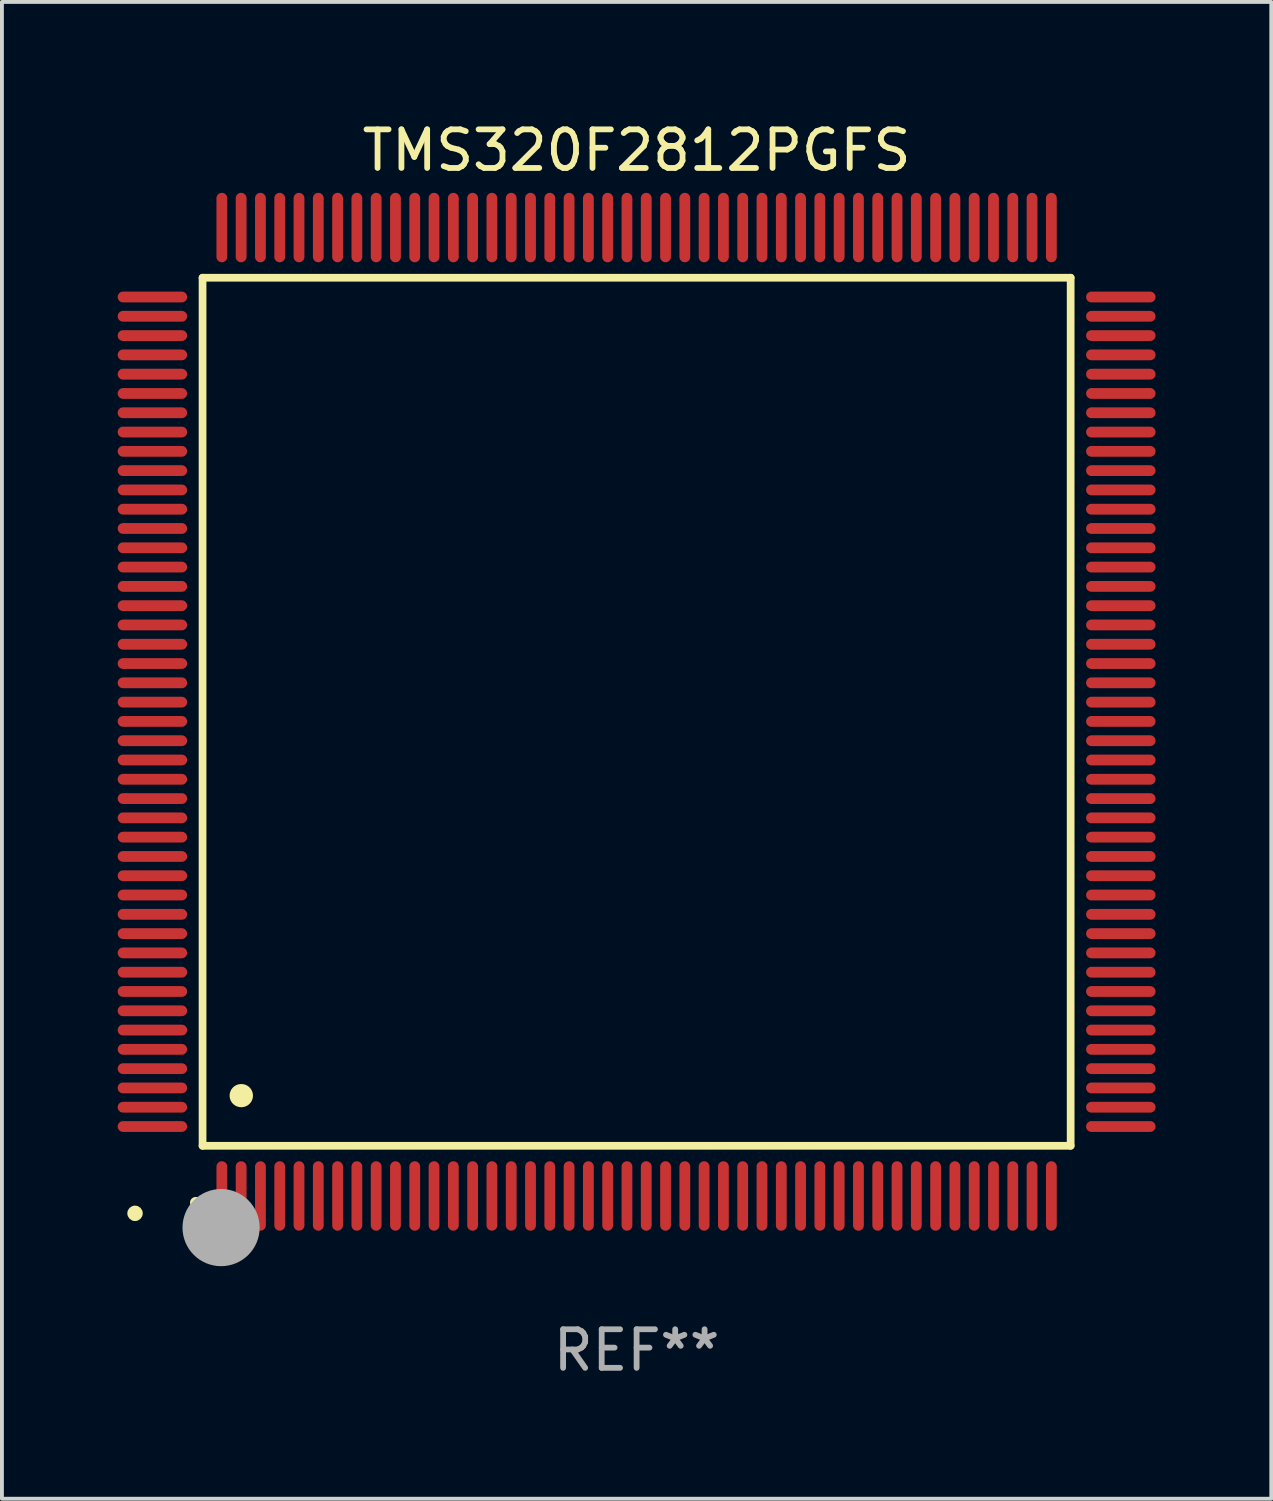
<source format=kicad_pcb>
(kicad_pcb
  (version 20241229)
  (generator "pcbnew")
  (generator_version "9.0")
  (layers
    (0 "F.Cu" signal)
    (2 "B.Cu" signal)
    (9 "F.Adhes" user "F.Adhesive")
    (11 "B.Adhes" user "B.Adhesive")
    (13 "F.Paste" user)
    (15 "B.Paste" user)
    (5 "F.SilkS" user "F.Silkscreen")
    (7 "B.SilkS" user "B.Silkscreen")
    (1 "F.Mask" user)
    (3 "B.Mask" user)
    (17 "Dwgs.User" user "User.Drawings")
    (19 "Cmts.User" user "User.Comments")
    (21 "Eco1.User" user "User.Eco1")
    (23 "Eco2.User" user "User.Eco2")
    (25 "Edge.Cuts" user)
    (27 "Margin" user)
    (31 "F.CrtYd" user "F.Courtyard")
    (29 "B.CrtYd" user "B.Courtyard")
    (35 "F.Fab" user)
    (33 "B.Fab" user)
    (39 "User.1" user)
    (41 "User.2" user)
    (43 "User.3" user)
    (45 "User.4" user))
  (footprint "TMS320F2812PGFS"
    (layer "F.Cu")
    (at 13.45 15.398)
    (property "Reference" "TMS320F2812PGFS" (at 0 -14.55 0) (layer "F.SilkS") (effects (font (size 1 1) (thickness 0.15))))
    (attr through_hole)
    (fp_line (start -11.25 -11.25) (end 11.25 -11.25) (stroke (width 0.2) (type solid)) (layer "F.SilkS"))
    (fp_line (start -11.25 11.25) (end -11.25 -11.25) (stroke (width 0.2) (type solid)) (layer "F.SilkS"))
    (fp_line (start 11.25 -11.25) (end 11.25 11.25) (stroke (width 0.2) (type solid)) (layer "F.SilkS"))
    (fp_line (start 11.25 11.25) (end -11.25 11.25) (stroke (width 0.2) (type solid)) (layer "F.SilkS"))
    (fp_arc (start -11.424943 12.725425) (mid -11.423673 12.72542) (end -11.422403 12.725425) (stroke (width 0.3) (type solid)) (layer "F.SilkS"))
    (fp_arc (start -10.24892 9.9492) (mid -10.24638 9.949189) (end -10.24384 9.9492) (stroke (width 0.6) (type solid)) (layer "F.SilkS"))
    (fp_circle (center -13 13) (end -12.9 13) (stroke (width 0.2) (type solid)) (fill no) (layer "F.SilkS"))
    (fp_circle (center -10.77 13.37) (end -10.27 13.37) (stroke (width 1) (type solid)) (fill no) (layer "F.Fab"))
    (fp_text user "REF**" (at 0 16.55 0) (layer "F.Fab") (effects (font (size 1 1) (thickness 0.15))))
    (pad "1" smd oval (at -10.75 12.55) (size 0.28 1.8) (layers "F.Cu" "F.Mask" "F.Paste"))
    (pad "2" smd oval (at -10.25 12.55) (size 0.28 1.8) (layers "F.Cu" "F.Mask" "F.Paste"))
    (pad "3" smd oval (at -9.75 12.55) (size 0.28 1.8) (layers "F.Cu" "F.Mask" "F.Paste"))
    (pad "4" smd oval (at -9.25 12.55) (size 0.28 1.8) (layers "F.Cu" "F.Mask" "F.Paste"))
    (pad "5" smd oval (at -8.75 12.55) (size 0.28 1.8) (layers "F.Cu" "F.Mask" "F.Paste"))
    (pad "6" smd oval (at -8.25 12.55) (size 0.28 1.8) (layers "F.Cu" "F.Mask" "F.Paste"))
    (pad "7" smd oval (at -7.75 12.55) (size 0.28 1.8) (layers "F.Cu" "F.Mask" "F.Paste"))
    (pad "8" smd oval (at -7.25 12.55) (size 0.28 1.8) (layers "F.Cu" "F.Mask" "F.Paste"))
    (pad "9" smd oval (at -6.75 12.55) (size 0.28 1.8) (layers "F.Cu" "F.Mask" "F.Paste"))
    (pad "10" smd oval (at -6.25 12.55) (size 0.28 1.8) (layers "F.Cu" "F.Mask" "F.Paste"))
    (pad "11" smd oval (at -5.75 12.55) (size 0.28 1.8) (layers "F.Cu" "F.Mask" "F.Paste"))
    (pad "12" smd oval (at -5.25 12.55) (size 0.28 1.8) (layers "F.Cu" "F.Mask" "F.Paste"))
    (pad "13" smd oval (at -4.75 12.55) (size 0.28 1.8) (layers "F.Cu" "F.Mask" "F.Paste"))
    (pad "14" smd oval (at -4.25 12.55) (size 0.28 1.8) (layers "F.Cu" "F.Mask" "F.Paste"))
    (pad "15" smd oval (at -3.75 12.55) (size 0.28 1.8) (layers "F.Cu" "F.Mask" "F.Paste"))
    (pad "16" smd oval (at -3.25 12.55) (size 0.28 1.8) (layers "F.Cu" "F.Mask" "F.Paste"))
    (pad "17" smd oval (at -2.75 12.55) (size 0.28 1.8) (layers "F.Cu" "F.Mask" "F.Paste"))
    (pad "18" smd oval (at -2.25 12.55) (size 0.28 1.8) (layers "F.Cu" "F.Mask" "F.Paste"))
    (pad "19" smd oval (at -1.75 12.55) (size 0.28 1.8) (layers "F.Cu" "F.Mask" "F.Paste"))
    (pad "20" smd oval (at -1.25 12.55) (size 0.28 1.8) (layers "F.Cu" "F.Mask" "F.Paste"))
    (pad "21" smd oval (at -0.75 12.55) (size 0.28 1.8) (layers "F.Cu" "F.Mask" "F.Paste"))
    (pad "22" smd oval (at -0.25 12.55) (size 0.28 1.8) (layers "F.Cu" "F.Mask" "F.Paste"))
    (pad "23" smd oval (at 0.25 12.55) (size 0.28 1.8) (layers "F.Cu" "F.Mask" "F.Paste"))
    (pad "24" smd oval (at 0.75 12.55) (size 0.28 1.8) (layers "F.Cu" "F.Mask" "F.Paste"))
    (pad "25" smd oval (at 1.25 12.55) (size 0.28 1.8) (layers "F.Cu" "F.Mask" "F.Paste"))
    (pad "26" smd oval (at 1.75 12.55) (size 0.28 1.8) (layers "F.Cu" "F.Mask" "F.Paste"))
    (pad "27" smd oval (at 2.25 12.55) (size 0.28 1.8) (layers "F.Cu" "F.Mask" "F.Paste"))
    (pad "28" smd oval (at 2.75 12.55) (size 0.28 1.8) (layers "F.Cu" "F.Mask" "F.Paste"))
    (pad "29" smd oval (at 3.25 12.55) (size 0.28 1.8) (layers "F.Cu" "F.Mask" "F.Paste"))
    (pad "30" smd oval (at 3.75 12.55) (size 0.28 1.8) (layers "F.Cu" "F.Mask" "F.Paste"))
    (pad "31" smd oval (at 4.25 12.55) (size 0.28 1.8) (layers "F.Cu" "F.Mask" "F.Paste"))
    (pad "32" smd oval (at 4.75 12.55) (size 0.28 1.8) (layers "F.Cu" "F.Mask" "F.Paste"))
    (pad "33" smd oval (at 5.25 12.55) (size 0.28 1.8) (layers "F.Cu" "F.Mask" "F.Paste"))
    (pad "34" smd oval (at 5.75 12.55) (size 0.28 1.8) (layers "F.Cu" "F.Mask" "F.Paste"))
    (pad "35" smd oval (at 6.25 12.55) (size 0.28 1.8) (layers "F.Cu" "F.Mask" "F.Paste"))
    (pad "36" smd oval (at 6.75 12.55) (size 0.28 1.8) (layers "F.Cu" "F.Mask" "F.Paste"))
    (pad "37" smd oval (at 7.25 12.55) (size 0.28 1.8) (layers "F.Cu" "F.Mask" "F.Paste"))
    (pad "38" smd oval (at 7.75 12.55) (size 0.28 1.8) (layers "F.Cu" "F.Mask" "F.Paste"))
    (pad "39" smd oval (at 8.25 12.55) (size 0.28 1.8) (layers "F.Cu" "F.Mask" "F.Paste"))
    (pad "40" smd oval (at 8.75 12.55) (size 0.28 1.8) (layers "F.Cu" "F.Mask" "F.Paste"))
    (pad "41" smd oval (at 9.25 12.55) (size 0.28 1.8) (layers "F.Cu" "F.Mask" "F.Paste"))
    (pad "42" smd oval (at 9.75 12.55) (size 0.28 1.8) (layers "F.Cu" "F.Mask" "F.Paste"))
    (pad "43" smd oval (at 10.25 12.55) (size 0.28 1.8) (layers "F.Cu" "F.Mask" "F.Paste"))
    (pad "44" smd oval (at 10.75 12.55) (size 0.28 1.8) (layers "F.Cu" "F.Mask" "F.Paste"))
    (pad "45" smd oval (at 12.55 10.75) (size 1.8 0.28) (layers "F.Cu" "F.Mask" "F.Paste"))
    (pad "46" smd oval (at 12.55 10.25) (size 1.8 0.28) (layers "F.Cu" "F.Mask" "F.Paste"))
    (pad "47" smd oval (at 12.55 9.75) (size 1.8 0.28) (layers "F.Cu" "F.Mask" "F.Paste"))
    (pad "48" smd oval (at 12.55 9.25) (size 1.8 0.28) (layers "F.Cu" "F.Mask" "F.Paste"))
    (pad "49" smd oval (at 12.55 8.75) (size 1.8 0.28) (layers "F.Cu" "F.Mask" "F.Paste"))
    (pad "50" smd oval (at 12.55 8.25) (size 1.8 0.28) (layers "F.Cu" "F.Mask" "F.Paste"))
    (pad "51" smd oval (at 12.55 7.75) (size 1.8 0.28) (layers "F.Cu" "F.Mask" "F.Paste"))
    (pad "52" smd oval (at 12.55 7.25) (size 1.8 0.28) (layers "F.Cu" "F.Mask" "F.Paste"))
    (pad "53" smd oval (at 12.55 6.75) (size 1.8 0.28) (layers "F.Cu" "F.Mask" "F.Paste"))
    (pad "54" smd oval (at 12.55 6.25) (size 1.8 0.28) (layers "F.Cu" "F.Mask" "F.Paste"))
    (pad "55" smd oval (at 12.55 5.75) (size 1.8 0.28) (layers "F.Cu" "F.Mask" "F.Paste"))
    (pad "56" smd oval (at 12.55 5.25) (size 1.8 0.28) (layers "F.Cu" "F.Mask" "F.Paste"))
    (pad "57" smd oval (at 12.55 4.75) (size 1.8 0.28) (layers "F.Cu" "F.Mask" "F.Paste"))
    (pad "58" smd oval (at 12.55 4.25) (size 1.8 0.28) (layers "F.Cu" "F.Mask" "F.Paste"))
    (pad "59" smd oval (at 12.55 3.75) (size 1.8 0.28) (layers "F.Cu" "F.Mask" "F.Paste"))
    (pad "60" smd oval (at 12.55 3.25) (size 1.8 0.28) (layers "F.Cu" "F.Mask" "F.Paste"))
    (pad "61" smd oval (at 12.55 2.75) (size 1.8 0.28) (layers "F.Cu" "F.Mask" "F.Paste"))
    (pad "62" smd oval (at 12.55 2.25) (size 1.8 0.28) (layers "F.Cu" "F.Mask" "F.Paste"))
    (pad "63" smd oval (at 12.55 1.75) (size 1.8 0.28) (layers "F.Cu" "F.Mask" "F.Paste"))
    (pad "64" smd oval (at 12.55 1.25) (size 1.8 0.28) (layers "F.Cu" "F.Mask" "F.Paste"))
    (pad "65" smd oval (at 12.55 0.75) (size 1.8 0.28) (layers "F.Cu" "F.Mask" "F.Paste"))
    (pad "66" smd oval (at 12.55 0.25) (size 1.8 0.28) (layers "F.Cu" "F.Mask" "F.Paste"))
    (pad "67" smd oval (at 12.55 -0.25) (size 1.8 0.28) (layers "F.Cu" "F.Mask" "F.Paste"))
    (pad "68" smd oval (at 12.55 -0.75) (size 1.8 0.28) (layers "F.Cu" "F.Mask" "F.Paste"))
    (pad "69" smd oval (at 12.55 -1.25) (size 1.8 0.28) (layers "F.Cu" "F.Mask" "F.Paste"))
    (pad "70" smd oval (at 12.55 -1.75) (size 1.8 0.28) (layers "F.Cu" "F.Mask" "F.Paste"))
    (pad "71" smd oval (at 12.55 -2.25) (size 1.8 0.28) (layers "F.Cu" "F.Mask" "F.Paste"))
    (pad "72" smd oval (at 12.55 -2.75) (size 1.8 0.28) (layers "F.Cu" "F.Mask" "F.Paste"))
    (pad "73" smd oval (at 12.55 -3.25) (size 1.8 0.28) (layers "F.Cu" "F.Mask" "F.Paste"))
    (pad "74" smd oval (at 12.55 -3.75) (size 1.8 0.28) (layers "F.Cu" "F.Mask" "F.Paste"))
    (pad "75" smd oval (at 12.55 -4.25) (size 1.8 0.28) (layers "F.Cu" "F.Mask" "F.Paste"))
    (pad "76" smd oval (at 12.55 -4.75) (size 1.8 0.28) (layers "F.Cu" "F.Mask" "F.Paste"))
    (pad "77" smd oval (at 12.55 -5.25) (size 1.8 0.28) (layers "F.Cu" "F.Mask" "F.Paste"))
    (pad "78" smd oval (at 12.55 -5.75) (size 1.8 0.28) (layers "F.Cu" "F.Mask" "F.Paste"))
    (pad "79" smd oval (at 12.55 -6.25) (size 1.8 0.28) (layers "F.Cu" "F.Mask" "F.Paste"))
    (pad "80" smd oval (at 12.55 -6.75) (size 1.8 0.28) (layers "F.Cu" "F.Mask" "F.Paste"))
    (pad "81" smd oval (at 12.55 -7.25) (size 1.8 0.28) (layers "F.Cu" "F.Mask" "F.Paste"))
    (pad "82" smd oval (at 12.55 -7.75) (size 1.8 0.28) (layers "F.Cu" "F.Mask" "F.Paste"))
    (pad "83" smd oval (at 12.55 -8.25) (size 1.8 0.28) (layers "F.Cu" "F.Mask" "F.Paste"))
    (pad "84" smd oval (at 12.55 -8.75) (size 1.8 0.28) (layers "F.Cu" "F.Mask" "F.Paste"))
    (pad "85" smd oval (at 12.55 -9.25) (size 1.8 0.28) (layers "F.Cu" "F.Mask" "F.Paste"))
    (pad "86" smd oval (at 12.55 -9.75) (size 1.8 0.28) (layers "F.Cu" "F.Mask" "F.Paste"))
    (pad "87" smd oval (at 12.55 -10.25) (size 1.8 0.28) (layers "F.Cu" "F.Mask" "F.Paste"))
    (pad "88" smd oval (at 12.55 -10.75) (size 1.8 0.28) (layers "F.Cu" "F.Mask" "F.Paste"))
    (pad "89" smd oval (at 10.75 -12.55) (size 0.28 1.8) (layers "F.Cu" "F.Mask" "F.Paste"))
    (pad "90" smd oval (at 10.25 -12.55) (size 0.28 1.8) (layers "F.Cu" "F.Mask" "F.Paste"))
    (pad "91" smd oval (at 9.75 -12.55) (size 0.28 1.8) (layers "F.Cu" "F.Mask" "F.Paste"))
    (pad "92" smd oval (at 9.25 -12.55) (size 0.28 1.8) (layers "F.Cu" "F.Mask" "F.Paste"))
    (pad "93" smd oval (at 8.75 -12.55) (size 0.28 1.8) (layers "F.Cu" "F.Mask" "F.Paste"))
    (pad "94" smd oval (at 8.25 -12.55) (size 0.28 1.8) (layers "F.Cu" "F.Mask" "F.Paste"))
    (pad "95" smd oval (at 7.75 -12.55) (size 0.28 1.8) (layers "F.Cu" "F.Mask" "F.Paste"))
    (pad "96" smd oval (at 7.25 -12.55) (size 0.28 1.8) (layers "F.Cu" "F.Mask" "F.Paste"))
    (pad "97" smd oval (at 6.75 -12.55) (size 0.28 1.8) (layers "F.Cu" "F.Mask" "F.Paste"))
    (pad "98" smd oval (at 6.25 -12.55) (size 0.28 1.8) (layers "F.Cu" "F.Mask" "F.Paste"))
    (pad "99" smd oval (at 5.75 -12.55) (size 0.28 1.8) (layers "F.Cu" "F.Mask" "F.Paste"))
    (pad "100" smd oval (at 5.25 -12.55) (size 0.28 1.8) (layers "F.Cu" "F.Mask" "F.Paste"))
    (pad "101" smd oval (at 4.75 -12.55) (size 0.28 1.8) (layers "F.Cu" "F.Mask" "F.Paste"))
    (pad "102" smd oval (at 4.25 -12.55) (size 0.28 1.8) (layers "F.Cu" "F.Mask" "F.Paste"))
    (pad "103" smd oval (at 3.75 -12.55) (size 0.28 1.8) (layers "F.Cu" "F.Mask" "F.Paste"))
    (pad "104" smd oval (at 3.25 -12.55) (size 0.28 1.8) (layers "F.Cu" "F.Mask" "F.Paste"))
    (pad "105" smd oval (at 2.75 -12.55) (size 0.28 1.8) (layers "F.Cu" "F.Mask" "F.Paste"))
    (pad "106" smd oval (at 2.25 -12.55) (size 0.28 1.8) (layers "F.Cu" "F.Mask" "F.Paste"))
    (pad "107" smd oval (at 1.75 -12.55) (size 0.28 1.8) (layers "F.Cu" "F.Mask" "F.Paste"))
    (pad "108" smd oval (at 1.25 -12.55) (size 0.28 1.8) (layers "F.Cu" "F.Mask" "F.Paste"))
    (pad "109" smd oval (at 0.75 -12.55) (size 0.28 1.8) (layers "F.Cu" "F.Mask" "F.Paste"))
    (pad "110" smd oval (at 0.25 -12.55) (size 0.28 1.8) (layers "F.Cu" "F.Mask" "F.Paste"))
    (pad "111" smd oval (at -0.25 -12.55) (size 0.28 1.8) (layers "F.Cu" "F.Mask" "F.Paste"))
    (pad "112" smd oval (at -0.75 -12.55) (size 0.28 1.8) (layers "F.Cu" "F.Mask" "F.Paste"))
    (pad "113" smd oval (at -1.25 -12.55) (size 0.28 1.8) (layers "F.Cu" "F.Mask" "F.Paste"))
    (pad "114" smd oval (at -1.75 -12.55) (size 0.28 1.8) (layers "F.Cu" "F.Mask" "F.Paste"))
    (pad "115" smd oval (at -2.25 -12.55) (size 0.28 1.8) (layers "F.Cu" "F.Mask" "F.Paste"))
    (pad "116" smd oval (at -2.75 -12.55) (size 0.28 1.8) (layers "F.Cu" "F.Mask" "F.Paste"))
    (pad "117" smd oval (at -3.25 -12.55) (size 0.28 1.8) (layers "F.Cu" "F.Mask" "F.Paste"))
    (pad "118" smd oval (at -3.75 -12.55) (size 0.28 1.8) (layers "F.Cu" "F.Mask" "F.Paste"))
    (pad "119" smd oval (at -4.25 -12.55) (size 0.28 1.8) (layers "F.Cu" "F.Mask" "F.Paste"))
    (pad "120" smd oval (at -4.75 -12.55) (size 0.28 1.8) (layers "F.Cu" "F.Mask" "F.Paste"))
    (pad "121" smd oval (at -5.25 -12.55) (size 0.28 1.8) (layers "F.Cu" "F.Mask" "F.Paste"))
    (pad "122" smd oval (at -5.75 -12.55) (size 0.28 1.8) (layers "F.Cu" "F.Mask" "F.Paste"))
    (pad "123" smd oval (at -6.25 -12.55) (size 0.28 1.8) (layers "F.Cu" "F.Mask" "F.Paste"))
    (pad "124" smd oval (at -6.75 -12.55) (size 0.28 1.8) (layers "F.Cu" "F.Mask" "F.Paste"))
    (pad "125" smd oval (at -7.25 -12.55) (size 0.28 1.8) (layers "F.Cu" "F.Mask" "F.Paste"))
    (pad "126" smd oval (at -7.75 -12.55) (size 0.28 1.8) (layers "F.Cu" "F.Mask" "F.Paste"))
    (pad "127" smd oval (at -8.25 -12.55) (size 0.28 1.8) (layers "F.Cu" "F.Mask" "F.Paste"))
    (pad "128" smd oval (at -8.75 -12.55) (size 0.28 1.8) (layers "F.Cu" "F.Mask" "F.Paste"))
    (pad "129" smd oval (at -9.25 -12.55) (size 0.28 1.8) (layers "F.Cu" "F.Mask" "F.Paste"))
    (pad "130" smd oval (at -9.75 -12.55) (size 0.28 1.8) (layers "F.Cu" "F.Mask" "F.Paste"))
    (pad "131" smd oval (at -10.25 -12.55) (size 0.28 1.8) (layers "F.Cu" "F.Mask" "F.Paste"))
    (pad "132" smd oval (at -10.75 -12.55) (size 0.28 1.8) (layers "F.Cu" "F.Mask" "F.Paste"))
    (pad "133" smd oval (at -12.55 -10.75) (size 1.8 0.28) (layers "F.Cu" "F.Mask" "F.Paste"))
    (pad "134" smd oval (at -12.55 -10.25) (size 1.8 0.28) (layers "F.Cu" "F.Mask" "F.Paste"))
    (pad "135" smd oval (at -12.55 -9.75) (size 1.8 0.28) (layers "F.Cu" "F.Mask" "F.Paste"))
    (pad "136" smd oval (at -12.55 -9.25) (size 1.8 0.28) (layers "F.Cu" "F.Mask" "F.Paste"))
    (pad "137" smd oval (at -12.55 -8.75) (size 1.8 0.28) (layers "F.Cu" "F.Mask" "F.Paste"))
    (pad "138" smd oval (at -12.55 -8.25) (size 1.8 0.28) (layers "F.Cu" "F.Mask" "F.Paste"))
    (pad "139" smd oval (at -12.55 -7.75) (size 1.8 0.28) (layers "F.Cu" "F.Mask" "F.Paste"))
    (pad "140" smd oval (at -12.55 -7.25) (size 1.8 0.28) (layers "F.Cu" "F.Mask" "F.Paste"))
    (pad "141" smd oval (at -12.55 -6.75) (size 1.8 0.28) (layers "F.Cu" "F.Mask" "F.Paste"))
    (pad "142" smd oval (at -12.55 -6.25) (size 1.8 0.28) (layers "F.Cu" "F.Mask" "F.Paste"))
    (pad "143" smd oval (at -12.55 -5.75) (size 1.8 0.28) (layers "F.Cu" "F.Mask" "F.Paste"))
    (pad "144" smd oval (at -12.55 -5.25) (size 1.8 0.28) (layers "F.Cu" "F.Mask" "F.Paste"))
    (pad "145" smd oval (at -12.55 -4.75) (size 1.8 0.28) (layers "F.Cu" "F.Mask" "F.Paste"))
    (pad "146" smd oval (at -12.55 -4.25) (size 1.8 0.28) (layers "F.Cu" "F.Mask" "F.Paste"))
    (pad "147" smd oval (at -12.55 -3.75) (size 1.8 0.28) (layers "F.Cu" "F.Mask" "F.Paste"))
    (pad "148" smd oval (at -12.55 -3.25) (size 1.8 0.28) (layers "F.Cu" "F.Mask" "F.Paste"))
    (pad "149" smd oval (at -12.55 -2.75) (size 1.8 0.28) (layers "F.Cu" "F.Mask" "F.Paste"))
    (pad "150" smd oval (at -12.55 -2.25) (size 1.8 0.28) (layers "F.Cu" "F.Mask" "F.Paste"))
    (pad "151" smd oval (at -12.55 -1.75) (size 1.8 0.28) (layers "F.Cu" "F.Mask" "F.Paste"))
    (pad "152" smd oval (at -12.55 -1.25) (size 1.8 0.28) (layers "F.Cu" "F.Mask" "F.Paste"))
    (pad "153" smd oval (at -12.55 -0.75) (size 1.8 0.28) (layers "F.Cu" "F.Mask" "F.Paste"))
    (pad "154" smd oval (at -12.55 -0.25) (size 1.8 0.28) (layers "F.Cu" "F.Mask" "F.Paste"))
    (pad "155" smd oval (at -12.55 0.25) (size 1.8 0.28) (layers "F.Cu" "F.Mask" "F.Paste"))
    (pad "156" smd oval (at -12.55 0.75) (size 1.8 0.28) (layers "F.Cu" "F.Mask" "F.Paste"))
    (pad "157" smd oval (at -12.55 1.25) (size 1.8 0.28) (layers "F.Cu" "F.Mask" "F.Paste"))
    (pad "158" smd oval (at -12.55 1.75) (size 1.8 0.28) (layers "F.Cu" "F.Mask" "F.Paste"))
    (pad "159" smd oval (at -12.55 2.25) (size 1.8 0.28) (layers "F.Cu" "F.Mask" "F.Paste"))
    (pad "160" smd oval (at -12.55 2.75) (size 1.8 0.28) (layers "F.Cu" "F.Mask" "F.Paste"))
    (pad "161" smd oval (at -12.55 3.25) (size 1.8 0.28) (layers "F.Cu" "F.Mask" "F.Paste"))
    (pad "162" smd oval (at -12.55 3.75) (size 1.8 0.28) (layers "F.Cu" "F.Mask" "F.Paste"))
    (pad "163" smd oval (at -12.55 4.25) (size 1.8 0.28) (layers "F.Cu" "F.Mask" "F.Paste"))
    (pad "164" smd oval (at -12.55 4.75) (size 1.8 0.28) (layers "F.Cu" "F.Mask" "F.Paste"))
    (pad "165" smd oval (at -12.55 5.25) (size 1.8 0.28) (layers "F.Cu" "F.Mask" "F.Paste"))
    (pad "166" smd oval (at -12.55 5.75) (size 1.8 0.28) (layers "F.Cu" "F.Mask" "F.Paste"))
    (pad "167" smd oval (at -12.55 6.25) (size 1.8 0.28) (layers "F.Cu" "F.Mask" "F.Paste"))
    (pad "168" smd oval (at -12.55 6.75) (size 1.8 0.28) (layers "F.Cu" "F.Mask" "F.Paste"))
    (pad "169" smd oval (at -12.55 7.25) (size 1.8 0.28) (layers "F.Cu" "F.Mask" "F.Paste"))
    (pad "170" smd oval (at -12.55 7.75) (size 1.8 0.28) (layers "F.Cu" "F.Mask" "F.Paste"))
    (pad "171" smd oval (at -12.55 8.25) (size 1.8 0.28) (layers "F.Cu" "F.Mask" "F.Paste"))
    (pad "172" smd oval (at -12.55 8.75) (size 1.8 0.28) (layers "F.Cu" "F.Mask" "F.Paste"))
    (pad "173" smd oval (at -12.55 9.25) (size 1.8 0.28) (layers "F.Cu" "F.Mask" "F.Paste"))
    (pad "174" smd oval (at -12.55 9.75) (size 1.8 0.28) (layers "F.Cu" "F.Mask" "F.Paste"))
    (pad "175" smd oval (at -12.55 10.25) (size 1.8 0.28) (layers "F.Cu" "F.Mask" "F.Paste"))
    (pad "176" smd oval (at -12.55 10.75) (size 1.8 0.28) (layers "F.Cu" "F.Mask" "F.Paste")))
  (gr_rect
    (start -3 -3)
    (end 29.9 35.796)
    (stroke (width 0.1) (type default))
    (fill no)
    (layer "Edge.Cuts")))
</source>
